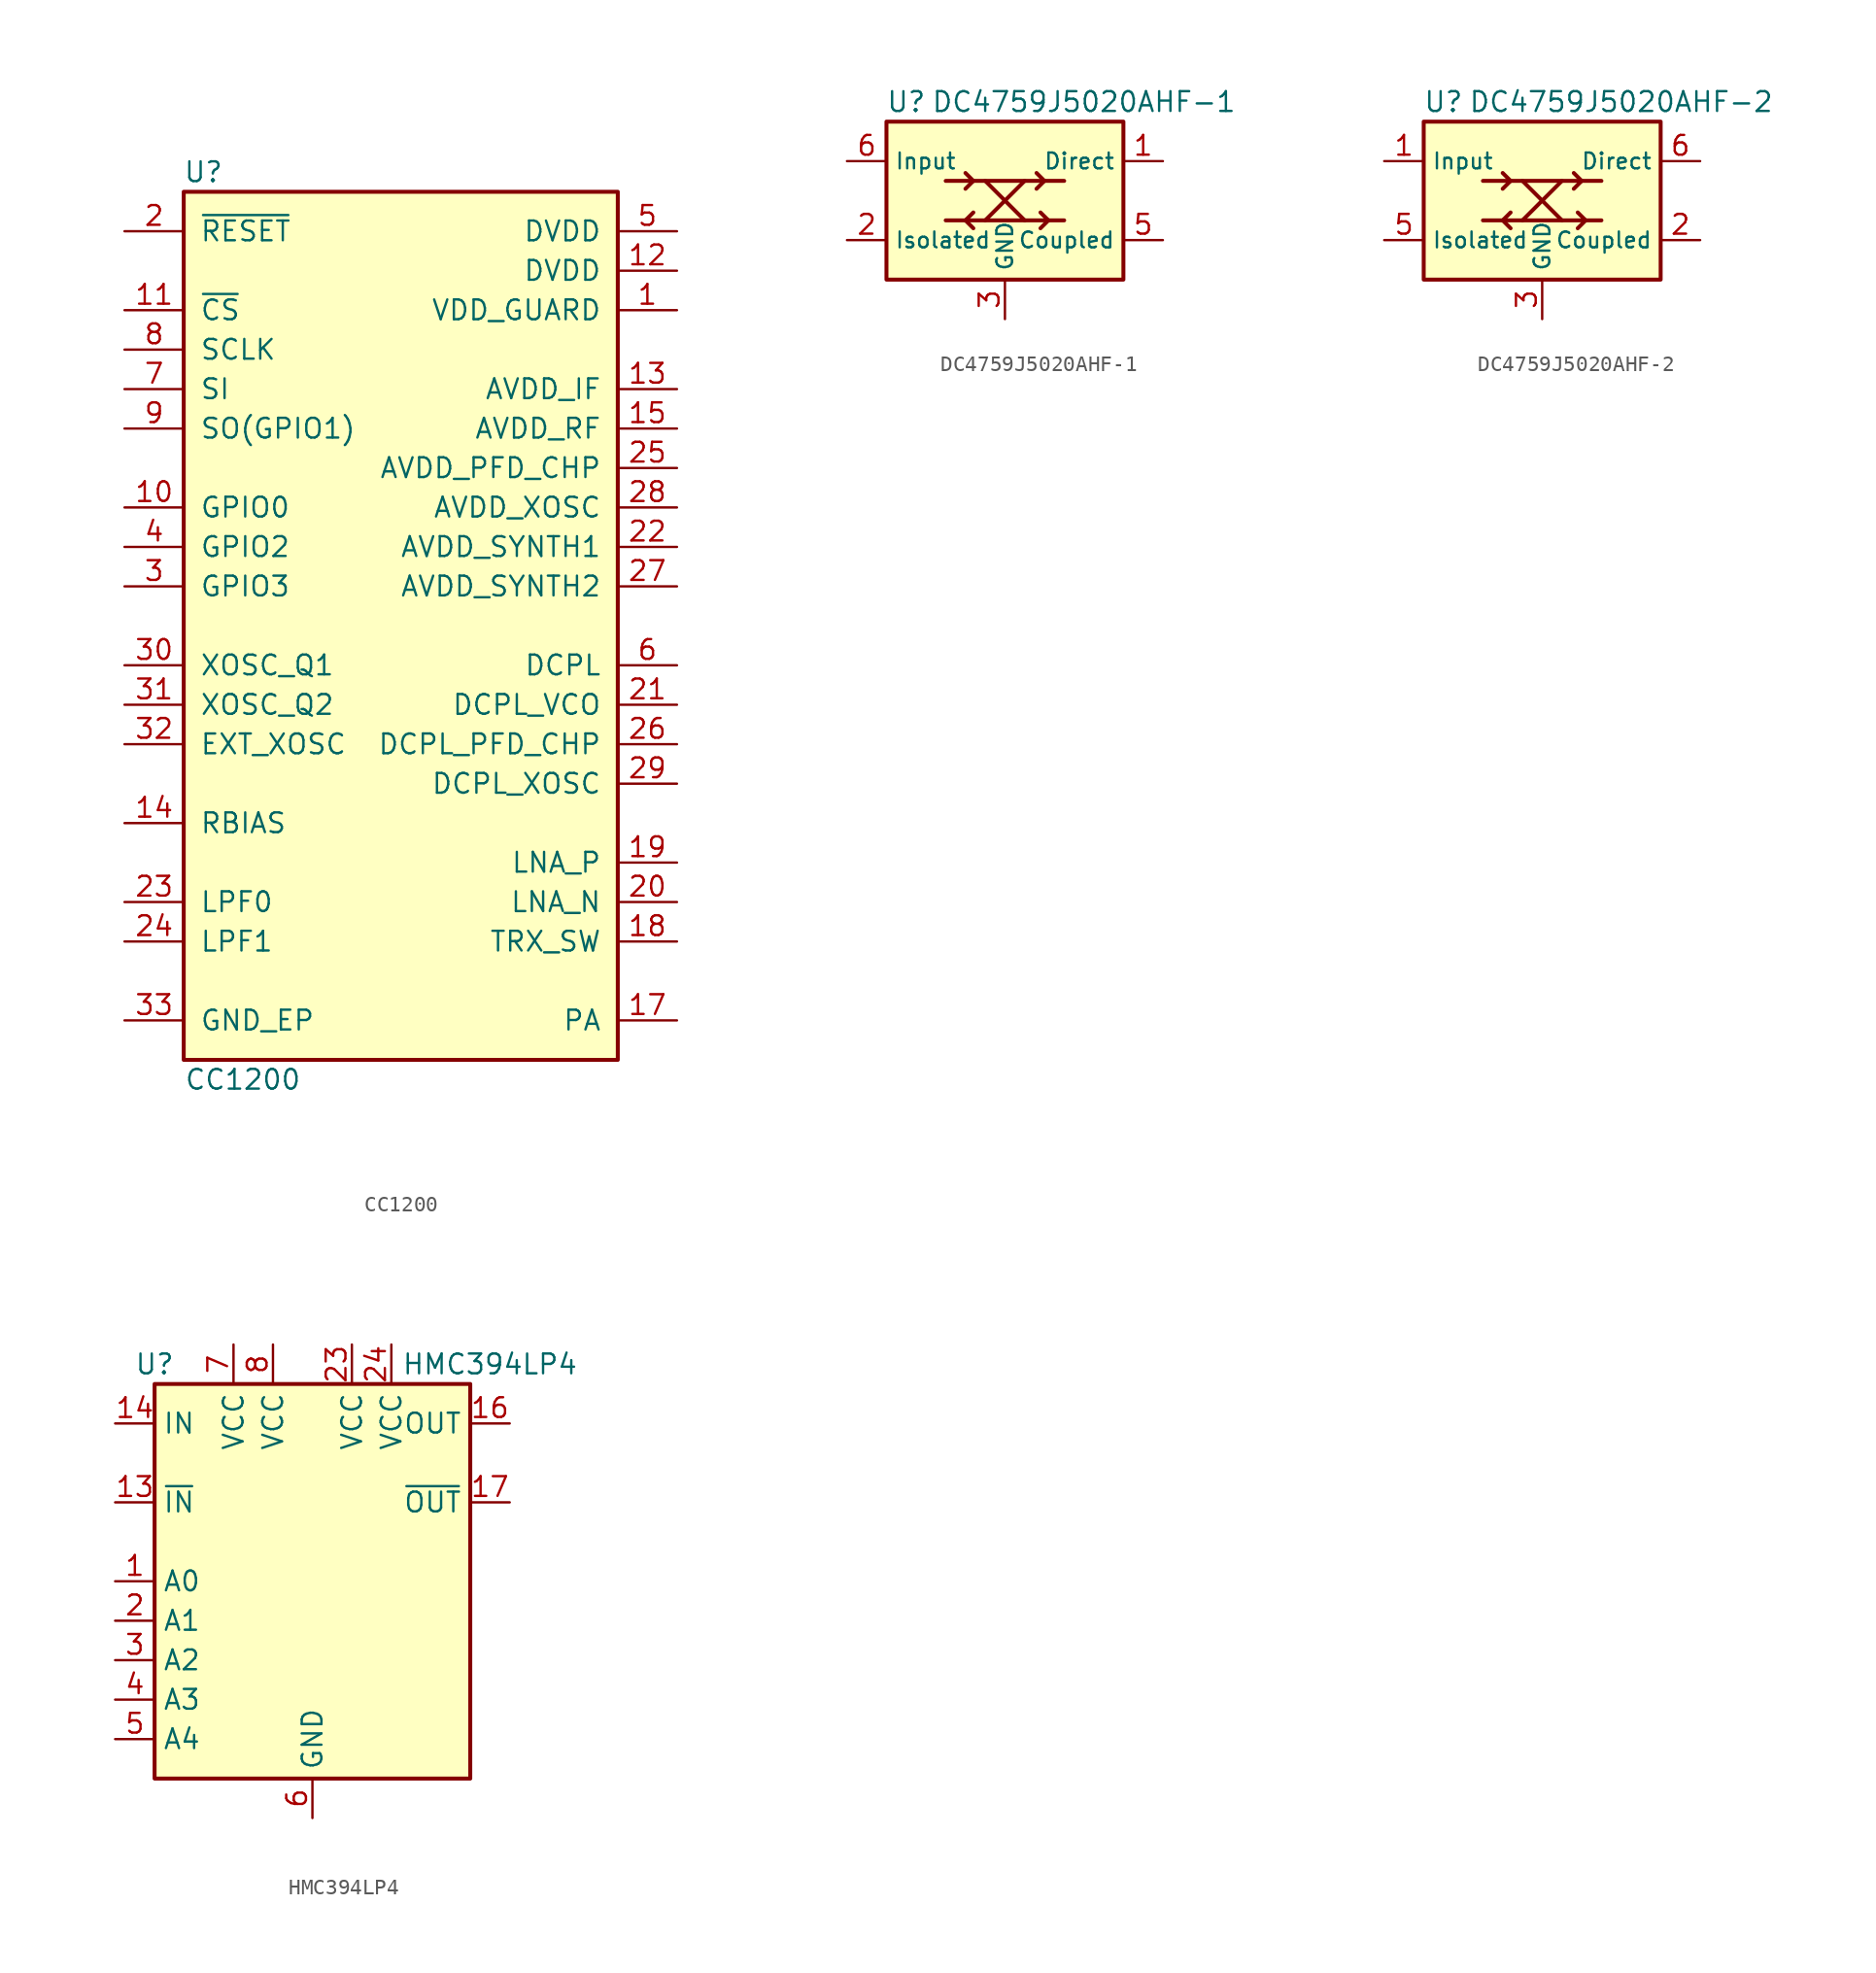
<source format=kicad_sym>
(kicad_symbol_lib
  (version 20201005)
  (generator kicad_symbol_editor)
  (symbol "CC1200"
    (pin_names
      (offset 1.016))
    (property "Reference" "U"
      (at -12.7 29.21 0)
      (effects (font (size 1.27 1.27))))
    (property "Value" "CC1200"
      (at -10.16 -29.21 0)
      (effects (font (size 1.27 1.27))))
    (symbol "CC1200_0_1"
      (rectangle (start -13.97 27.94) (end 13.97 -27.94) (stroke (width 0.254)) (fill (type background))))
    (symbol "CC1200_1_1"
      (pin power_in line (at 17.78 20.32 180) (length 3.81) (name "VDD_GUARD" (effects (font (size 1.27 1.27)))) (number "1" (effects (font (size 1.27 1.27)))))
      (pin bidirectional line (at -17.78 7.62 0) (length 3.81) (name "GPIO0" (effects (font (size 1.27 1.27)))) (number "10" (effects (font (size 1.27 1.27)))))
      (pin input line (at -17.78 20.32 0) (length 3.81) (name "~CS~" (effects (font (size 1.27 1.27)))) (number "11" (effects (font (size 1.27 1.27)))))
      (pin power_in line (at 17.78 22.86 180) (length 3.81) (name "DVDD" (effects (font (size 1.27 1.27)))) (number "12" (effects (font (size 1.27 1.27)))))
      (pin power_in line (at 17.78 15.24 180) (length 3.81) (name "AVDD_IF" (effects (font (size 1.27 1.27)))) (number "13" (effects (font (size 1.27 1.27)))))
      (pin passive line (at -17.78 -12.7 0) (length 3.81) (name "RBIAS" (effects (font (size 1.27 1.27)))) (number "14" (effects (font (size 1.27 1.27)))))
      (pin power_in line (at 17.78 12.7 180) (length 3.81) (name "AVDD_RF" (effects (font (size 1.27 1.27)))) (number "15" (effects (font (size 1.27 1.27)))))
      (pin passive line (at 17.78 -25.4 180) (length 3.81) (name "PA" (effects (font (size 1.27 1.27)))) (number "17" (effects (font (size 1.27 1.27)))))
      (pin passive line (at 17.78 -20.32 180) (length 3.81) (name "TRX_SW" (effects (font (size 1.27 1.27)))) (number "18" (effects (font (size 1.27 1.27)))))
      (pin passive line (at 17.78 -15.24 180) (length 3.81) (name "LNA_P" (effects (font (size 1.27 1.27)))) (number "19" (effects (font (size 1.27 1.27)))))
      (pin input line (at -17.78 25.4 0) (length 3.81) (name "~RESET~" (effects (font (size 1.27 1.27)))) (number "2" (effects (font (size 1.27 1.27)))))
      (pin passive line (at 17.78 -17.78 180) (length 3.81) (name "LNA_N" (effects (font (size 1.27 1.27)))) (number "20" (effects (font (size 1.27 1.27)))))
      (pin power_out line (at 17.78 -5.08 180) (length 3.81) (name "DCPL_VCO" (effects (font (size 1.27 1.27)))) (number "21" (effects (font (size 1.27 1.27)))))
      (pin power_in line (at 17.78 5.08 180) (length 3.81) (name "AVDD_SYNTH1" (effects (font (size 1.27 1.27)))) (number "22" (effects (font (size 1.27 1.27)))))
      (pin passive line (at -17.78 -17.78 0) (length 3.81) (name "LPF0" (effects (font (size 1.27 1.27)))) (number "23" (effects (font (size 1.27 1.27)))))
      (pin passive line (at -17.78 -20.32 0) (length 3.81) (name "LPF1" (effects (font (size 1.27 1.27)))) (number "24" (effects (font (size 1.27 1.27)))))
      (pin power_in line (at 17.78 10.16 180) (length 3.81) (name "AVDD_PFD_CHP" (effects (font (size 1.27 1.27)))) (number "25" (effects (font (size 1.27 1.27)))))
      (pin power_out line (at 17.78 -7.62 180) (length 3.81) (name "DCPL_PFD_CHP" (effects (font (size 1.27 1.27)))) (number "26" (effects (font (size 1.27 1.27)))))
      (pin power_in line (at 17.78 2.54 180) (length 3.81) (name "AVDD_SYNTH2" (effects (font (size 1.27 1.27)))) (number "27" (effects (font (size 1.27 1.27)))))
      (pin power_in line (at 17.78 7.62 180) (length 3.81) (name "AVDD_XOSC" (effects (font (size 1.27 1.27)))) (number "28" (effects (font (size 1.27 1.27)))))
      (pin power_out line (at 17.78 -10.16 180) (length 3.81) (name "DCPL_XOSC" (effects (font (size 1.27 1.27)))) (number "29" (effects (font (size 1.27 1.27)))))
      (pin bidirectional line (at -17.78 2.54 0) (length 3.81) (name "GPIO3" (effects (font (size 1.27 1.27)))) (number "3" (effects (font (size 1.27 1.27)))))
      (pin passive line (at -17.78 -2.54 0) (length 3.81) (name "XOSC_Q1" (effects (font (size 1.27 1.27)))) (number "30" (effects (font (size 1.27 1.27)))))
      (pin passive line (at -17.78 -5.08 0) (length 3.81) (name "XOSC_Q2" (effects (font (size 1.27 1.27)))) (number "31" (effects (font (size 1.27 1.27)))))
      (pin input line (at -17.78 -7.62 0) (length 3.81) (name "EXT_XOSC" (effects (font (size 1.27 1.27)))) (number "32" (effects (font (size 1.27 1.27)))))
      (pin power_in line (at -17.78 -25.4 0) (length 3.81) (name "GND_EP" (effects (font (size 1.27 1.27)))) (number "33" (effects (font (size 1.27 1.27)))))
      (pin bidirectional line (at -17.78 5.08 0) (length 3.81) (name "GPIO2" (effects (font (size 1.27 1.27)))) (number "4" (effects (font (size 1.27 1.27)))))
      (pin power_in line (at 17.78 25.4 180) (length 3.81) (name "DVDD" (effects (font (size 1.27 1.27)))) (number "5" (effects (font (size 1.27 1.27)))))
      (pin power_out line (at 17.78 -2.54 180) (length 3.81) (name "DCPL" (effects (font (size 1.27 1.27)))) (number "6" (effects (font (size 1.27 1.27)))))
      (pin input line (at -17.78 15.24 0) (length 3.81) (name "SI" (effects (font (size 1.27 1.27)))) (number "7" (effects (font (size 1.27 1.27)))))
      (pin input line (at -17.78 17.78 0) (length 3.81) (name "SCLK" (effects (font (size 1.27 1.27)))) (number "8" (effects (font (size 1.27 1.27)))))
      (pin bidirectional line (at -17.78 12.7 0) (length 3.81) (name "SO(GPIO1)" (effects (font (size 1.27 1.27)))) (number "9" (effects (font (size 1.27 1.27)))))))
  (symbol "DC4759J5020AHF-1"
    (property "Reference" "U"
      (at -6.35 6.35 0)
      (effects (font (size 1.27 1.27))))
    (property "Value" "DC4759J5020AHF-1"
      (at 5.08 6.35 0)
      (effects (font (size 1.27 1.27))))
    (symbol "DC4759J5020AHF-1_0_1"
      (rectangle (start -7.62 5.08) (end 7.62 -5.08) (stroke (width 0.254)) (fill (type background))))
    (symbol "DC4759J5020AHF-1_1_1"
      (polyline (pts (xy -3.81 -1.27) (xy 3.81 -1.27)) (stroke (width 0.254)) (fill (type none)))
      (polyline (pts (xy -3.81 1.27) (xy 3.81 1.27)) (stroke (width 0.254)) (fill (type none)))
      (polyline (pts (xy -2.54 -1.27) (xy -2.032 -1.778)) (stroke (width 0.254)) (fill (type none)))
      (polyline (pts (xy -2.54 1.778) (xy -2.032 1.27)) (stroke (width 0.254)) (fill (type none)))
      (polyline (pts (xy -2.032 -0.762) (xy -2.54 -1.27)) (stroke (width 0.254)) (fill (type none)))
      (polyline (pts (xy -2.032 1.27) (xy -2.54 0.762)) (stroke (width 0.254)) (fill (type none)))
      (polyline (pts (xy -1.27 1.27) (xy 1.27 -1.27)) (stroke (width 0.254)) (fill (type none)))
      (polyline (pts (xy 1.27 1.27) (xy -1.27 -1.27)) (stroke (width 0.254)) (fill (type none)))
      (polyline (pts (xy 2.032 1.778) (xy 2.54 1.27)) (stroke (width 0.254)) (fill (type none)))
      (polyline (pts (xy 2.286 -0.762) (xy 2.794 -1.27)) (stroke (width 0.254)) (fill (type none)))
      (polyline (pts (xy 2.54 1.27) (xy 2.032 0.762)) (stroke (width 0.254)) (fill (type none)))
      (polyline (pts (xy 2.794 -1.27) (xy 2.286 -1.778)) (stroke (width 0.254)) (fill (type none)))
      (pin output line (at 10.16 2.54 180) (length 2.54) (name "Direct" (effects (font (size 1.016 1.016)))) (number "1" (effects (font (size 1.27 1.27)))))
      (pin output line (at -10.16 -2.54 0) (length 2.54) (name "Isolated" (effects (font (size 1.016 1.016)))) (number "2" (effects (font (size 1.27 1.27)))))
      (pin power_in line (at 0 -7.62 90) (length 2.54) (name "GND" (effects (font (size 1.016 1.016)))) (number "3" (effects (font (size 1.27 1.27)))))
      (pin passive line (at 0 -7.62 90) (length 2.54) hide (name "GND" (effects (font (size 1.016 1.016)))) (number "4" (effects (font (size 1.27 1.27)))))
      (pin output line (at 10.16 -2.54 180) (length 2.54) (name "Coupled" (effects (font (size 1.016 1.016)))) (number "5" (effects (font (size 1.27 1.27)))))
      (pin input line (at -10.16 2.54 0) (length 2.54) (name "Input" (effects (font (size 1.016 1.016)))) (number "6" (effects (font (size 1.27 1.27)))))))
  (symbol "DC4759J5020AHF-2"
    (property "Reference" "U"
      (at -6.35 6.35 0)
      (effects (font (size 1.27 1.27))))
    (property "Value" "DC4759J5020AHF-2"
      (at 5.08 6.35 0)
      (effects (font (size 1.27 1.27))))
    (symbol "DC4759J5020AHF-2_0_1"
      (rectangle (start -7.62 5.08) (end 7.62 -5.08) (stroke (width 0.254)) (fill (type background))))
    (symbol "DC4759J5020AHF-2_1_1"
      (polyline (pts (xy -3.81 -1.27) (xy 3.81 -1.27)) (stroke (width 0.254)) (fill (type none)))
      (polyline (pts (xy -3.81 1.27) (xy 3.81 1.27)) (stroke (width 0.254)) (fill (type none)))
      (polyline (pts (xy -2.54 -1.27) (xy -2.032 -1.778)) (stroke (width 0.254)) (fill (type none)))
      (polyline (pts (xy -2.54 1.778) (xy -2.032 1.27)) (stroke (width 0.254)) (fill (type none)))
      (polyline (pts (xy -2.032 -0.762) (xy -2.54 -1.27)) (stroke (width 0.254)) (fill (type none)))
      (polyline (pts (xy -2.032 1.27) (xy -2.54 0.762)) (stroke (width 0.254)) (fill (type none)))
      (polyline (pts (xy -1.27 1.27) (xy 1.27 -1.27)) (stroke (width 0.254)) (fill (type none)))
      (polyline (pts (xy 1.27 1.27) (xy -1.27 -1.27)) (stroke (width 0.254)) (fill (type none)))
      (polyline (pts (xy 2.032 1.778) (xy 2.54 1.27)) (stroke (width 0.254)) (fill (type none)))
      (polyline (pts (xy 2.286 -0.762) (xy 2.794 -1.27)) (stroke (width 0.254)) (fill (type none)))
      (polyline (pts (xy 2.54 1.27) (xy 2.032 0.762)) (stroke (width 0.254)) (fill (type none)))
      (polyline (pts (xy 2.794 -1.27) (xy 2.286 -1.778)) (stroke (width 0.254)) (fill (type none)))
      (pin input line (at -10.16 2.54 0) (length 2.54) (name "Input" (effects (font (size 1.016 1.016)))) (number "1" (effects (font (size 1.27 1.27)))))
      (pin output line (at 10.16 -2.54 180) (length 2.54) (name "Coupled" (effects (font (size 1.016 1.016)))) (number "2" (effects (font (size 1.27 1.27)))))
      (pin power_in line (at 0 -7.62 90) (length 2.54) (name "GND" (effects (font (size 1.016 1.016)))) (number "3" (effects (font (size 1.27 1.27)))))
      (pin passive line (at 0 -7.62 90) (length 2.54) hide (name "GND" (effects (font (size 1.016 1.016)))) (number "4" (effects (font (size 1.27 1.27)))))
      (pin output line (at -10.16 -2.54 0) (length 2.54) (name "Isolated" (effects (font (size 1.016 1.016)))) (number "5" (effects (font (size 1.27 1.27)))))
      (pin output line (at 10.16 2.54 180) (length 2.54) (name "Direct" (effects (font (size 1.016 1.016)))) (number "6" (effects (font (size 1.27 1.27)))))))
  (symbol "HMC394LP4"
    (property "Reference" "U"
      (at -10.16 13.97 0)
      (effects (font (size 1.27 1.27))))
    (property "Value" "HMC394LP4"
      (at 11.43 13.97 0)
      (effects (font (size 1.27 1.27))))
    (symbol "HMC394LP4_0_1"
      (rectangle (start -10.16 12.7) (end 10.16 -12.7) (stroke (width 0.254)) (fill (type background))))
    (symbol "HMC394LP4_1_1"
      (pin input line (at -12.7 0 0) (length 2.54) (name "A0" (effects (font (size 1.27 1.27)))) (number "1" (effects (font (size 1.27 1.27)))))
      (pin passive line (at 0 -15.24 90) (length 2.54) hide (name "GND" (effects (font (size 1.27 1.27)))) (number "10" (effects (font (size 1.27 1.27)))))
      (pin passive line (at 0 -15.24 90) (length 2.54) hide (name "GND" (effects (font (size 1.27 1.27)))) (number "11" (effects (font (size 1.27 1.27)))))
      (pin passive line (at 0 -15.24 90) (length 2.54) hide (name "GND" (effects (font (size 1.27 1.27)))) (number "12" (effects (font (size 1.27 1.27)))))
      (pin input line (at -12.7 5.08 0) (length 2.54) (name "~IN" (effects (font (size 1.27 1.27)))) (number "13" (effects (font (size 1.27 1.27)))))
      (pin input line (at -12.7 10.16 0) (length 2.54) (name "IN" (effects (font (size 1.27 1.27)))) (number "14" (effects (font (size 1.27 1.27)))))
      (pin passive line (at 0 -15.24 90) (length 2.54) hide (name "GND" (effects (font (size 1.27 1.27)))) (number "15" (effects (font (size 1.27 1.27)))))
      (pin output line (at 12.7 10.16 180) (length 2.54) (name "OUT" (effects (font (size 1.27 1.27)))) (number "16" (effects (font (size 1.27 1.27)))))
      (pin output line (at 12.7 5.08 180) (length 2.54) (name "~OUT" (effects (font (size 1.27 1.27)))) (number "17" (effects (font (size 1.27 1.27)))))
      (pin passive line (at 0 -15.24 90) (length 2.54) hide (name "GND" (effects (font (size 1.27 1.27)))) (number "18" (effects (font (size 1.27 1.27)))))
      (pin passive line (at 0 -15.24 90) (length 2.54) hide (name "GND" (effects (font (size 1.27 1.27)))) (number "19" (effects (font (size 1.27 1.27)))))
      (pin input line (at -12.7 -2.54 0) (length 2.54) (name "A1" (effects (font (size 1.27 1.27)))) (number "2" (effects (font (size 1.27 1.27)))))
      (pin passive line (at 0 -15.24 90) (length 2.54) hide (name "GND" (effects (font (size 1.27 1.27)))) (number "20" (effects (font (size 1.27 1.27)))))
      (pin passive line (at 0 -15.24 90) (length 2.54) hide (name "GND" (effects (font (size 1.27 1.27)))) (number "21" (effects (font (size 1.27 1.27)))))
      (pin passive line (at 0 -15.24 90) (length 2.54) hide (name "GND" (effects (font (size 1.27 1.27)))) (number "22" (effects (font (size 1.27 1.27)))))
      (pin power_in line (at 2.54 15.24 270) (length 2.54) (name "VCC" (effects (font (size 1.27 1.27)))) (number "23" (effects (font (size 1.27 1.27)))))
      (pin power_in line (at 5.08 15.24 270) (length 2.54) (name "VCC" (effects (font (size 1.27 1.27)))) (number "24" (effects (font (size 1.27 1.27)))))
      (pin passive line (at 0 -15.24 90) (length 2.54) hide (name "GND" (effects (font (size 1.27 1.27)))) (number "25" (effects (font (size 1.27 1.27)))))
      (pin input line (at -12.7 -5.08 0) (length 2.54) (name "A2" (effects (font (size 1.27 1.27)))) (number "3" (effects (font (size 1.27 1.27)))))
      (pin input line (at -12.7 -7.62 0) (length 2.54) (name "A3" (effects (font (size 1.27 1.27)))) (number "4" (effects (font (size 1.27 1.27)))))
      (pin input line (at -12.7 -10.16 0) (length 2.54) (name "A4" (effects (font (size 1.27 1.27)))) (number "5" (effects (font (size 1.27 1.27)))))
      (pin power_in line (at 0 -15.24 90) (length 2.54) (name "GND" (effects (font (size 1.27 1.27)))) (number "6" (effects (font (size 1.27 1.27)))))
      (pin power_in line (at -5.08 15.24 270) (length 2.54) (name "VCC" (effects (font (size 1.27 1.27)))) (number "7" (effects (font (size 1.27 1.27)))))
      (pin power_in line (at -2.54 15.24 270) (length 2.54) (name "VCC" (effects (font (size 1.27 1.27)))) (number "8" (effects (font (size 1.27 1.27)))))
      (pin passive line (at 0 -15.24 90) (length 2.54) hide (name "GND" (effects (font (size 1.27 1.27)))) (number "9" (effects (font (size 1.27 1.27))))))))
</source>
